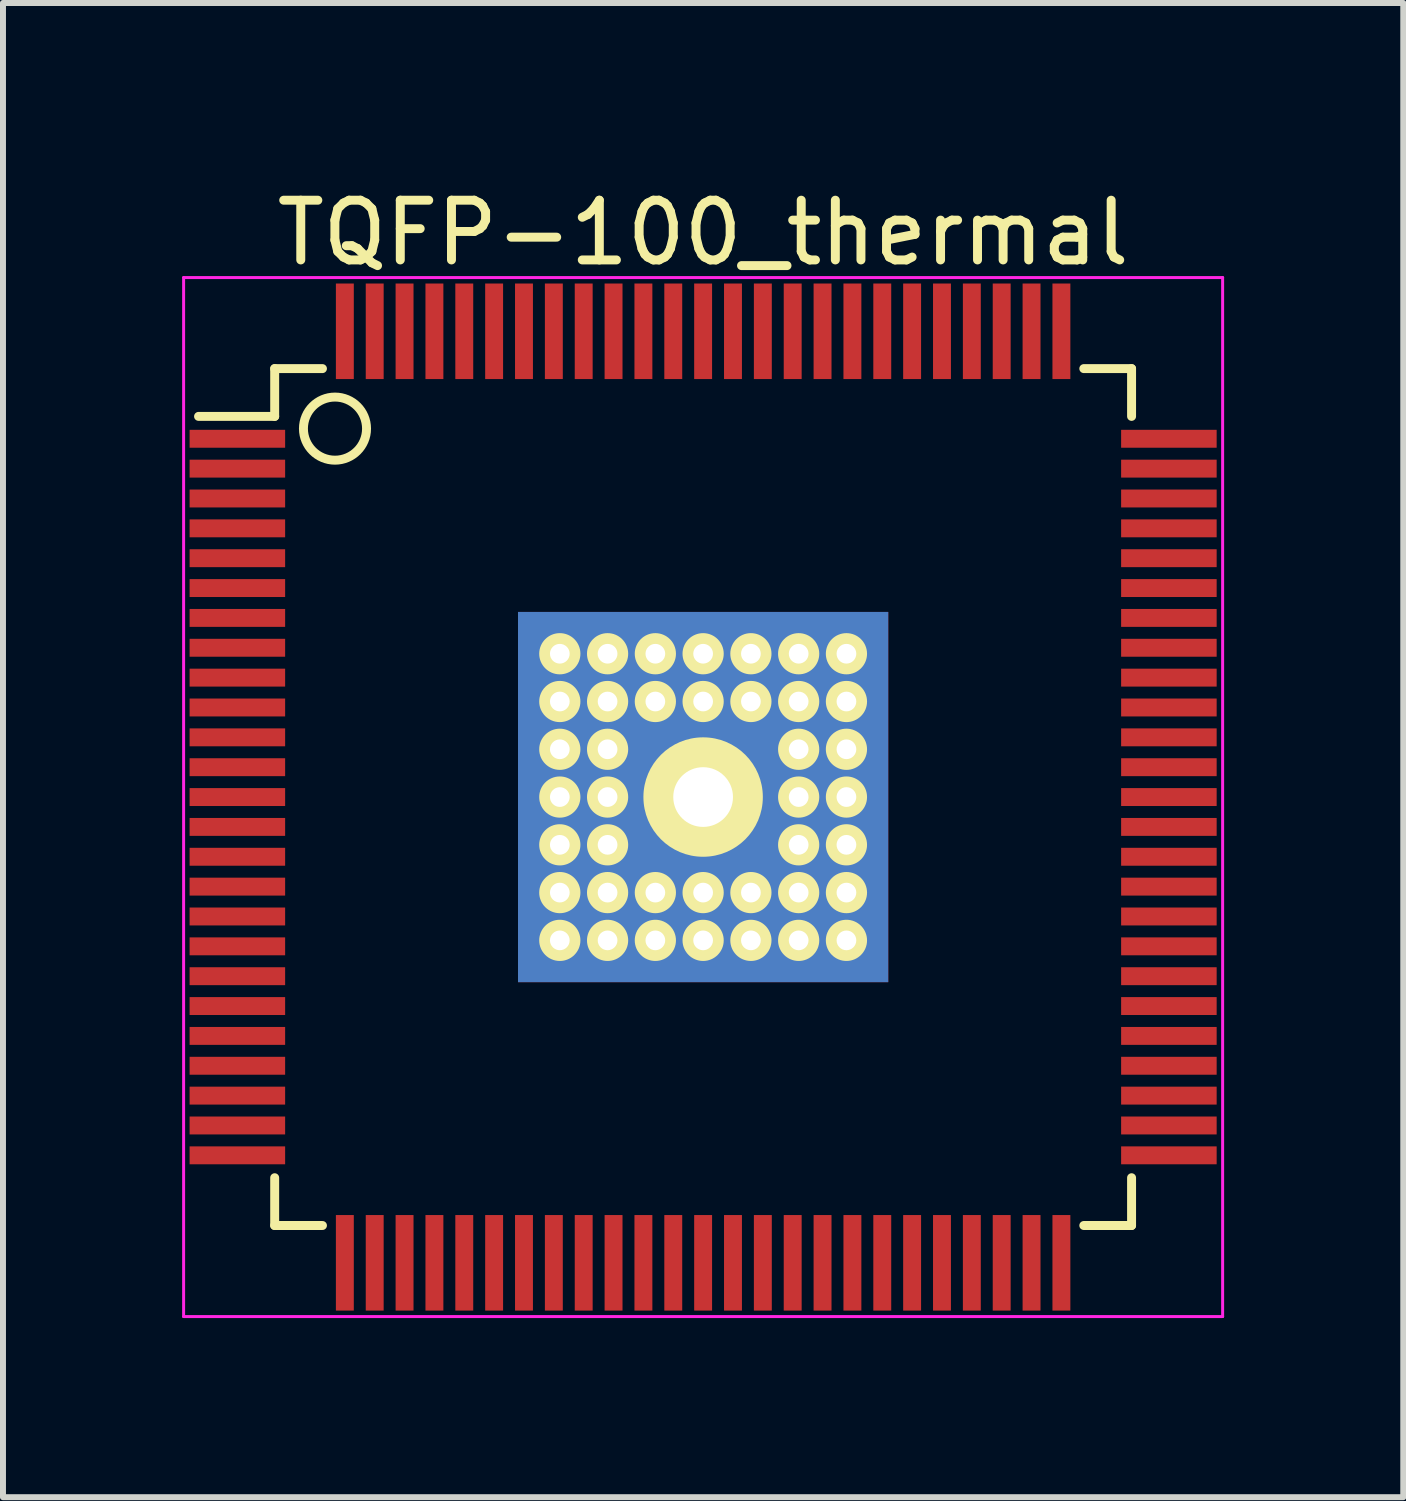
<source format=kicad_pcb>
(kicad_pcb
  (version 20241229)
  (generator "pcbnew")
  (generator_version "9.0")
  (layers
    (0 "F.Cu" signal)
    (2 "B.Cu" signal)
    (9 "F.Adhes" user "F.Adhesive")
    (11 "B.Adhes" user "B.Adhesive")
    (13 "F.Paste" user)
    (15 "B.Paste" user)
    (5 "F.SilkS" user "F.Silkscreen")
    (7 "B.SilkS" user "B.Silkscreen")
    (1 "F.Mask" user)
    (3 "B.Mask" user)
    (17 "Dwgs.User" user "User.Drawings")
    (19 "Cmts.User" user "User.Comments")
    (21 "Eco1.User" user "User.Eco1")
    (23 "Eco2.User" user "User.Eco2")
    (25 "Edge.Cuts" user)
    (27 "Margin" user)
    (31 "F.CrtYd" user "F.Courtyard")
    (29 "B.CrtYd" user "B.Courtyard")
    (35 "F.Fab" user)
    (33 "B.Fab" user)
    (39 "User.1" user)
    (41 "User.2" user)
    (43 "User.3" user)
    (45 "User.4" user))
  (footprint "TQFP-100_thermal"
    (layer "F.Cu")
    (at 8.725 10.298)
    (property "Reference" "TQFP-100_thermal" (at 0 -9.45 0) (layer "F.SilkS") (effects (font (size 1 1) (thickness 0.15))))
    (attr smd)
    (fp_line (start -7.175 -7.175) (end -7.175 -6.375) (stroke (width 0.15) (type solid)) (layer "F.SilkS"))
    (fp_line (start -7.175 -7.175) (end -6.375 -7.175) (stroke (width 0.15) (type solid)) (layer "F.SilkS"))
    (fp_line (start -7.175 -6.375) (end -8.45 -6.375) (stroke (width 0.15) (type solid)) (layer "F.SilkS"))
    (fp_line (start -7.175 7.175) (end -7.175 6.375) (stroke (width 0.15) (type solid)) (layer "F.SilkS"))
    (fp_line (start -7.175 7.175) (end -6.375 7.175) (stroke (width 0.15) (type solid)) (layer "F.SilkS"))
    (fp_line (start 7.175 -7.175) (end 6.375 -7.175) (stroke (width 0.15) (type solid)) (layer "F.SilkS"))
    (fp_line (start 7.175 -7.175) (end 7.175 -6.375) (stroke (width 0.15) (type solid)) (layer "F.SilkS"))
    (fp_line (start 7.175 7.175) (end 6.375 7.175) (stroke (width 0.15) (type solid)) (layer "F.SilkS"))
    (fp_line (start 7.175 7.175) (end 7.175 6.375) (stroke (width 0.15) (type solid)) (layer "F.SilkS"))
    (fp_circle (center -6.165 -6.17) (end -5.822 -5.768) (stroke (width 0.15) (type solid)) (fill no) (layer "F.SilkS"))
    (fp_line (start -8.7 -8.7) (end -8.7 8.7) (stroke (width 0.05) (type solid)) (layer "F.CrtYd"))
    (fp_line (start -8.7 -8.7) (end 8.7 -8.7) (stroke (width 0.05) (type solid)) (layer "F.CrtYd"))
    (fp_line (start -8.7 8.7) (end 8.7 8.7) (stroke (width 0.05) (type solid)) (layer "F.CrtYd"))
    (fp_line (start 8.7 -8.7) (end 8.7 8.7) (stroke (width 0.05) (type solid)) (layer "F.CrtYd"))
    (pad "1" smd rect (at -7.8 -6) (size 1.6 0.3) (layers "F.Cu" "F.Mask" "F.Paste"))
    (pad "2" smd rect (at -7.8 -5.5) (size 1.6 0.3) (layers "F.Cu" "F.Mask" "F.Paste"))
    (pad "3" smd rect (at -7.8 -5) (size 1.6 0.3) (layers "F.Cu" "F.Mask" "F.Paste"))
    (pad "4" smd rect (at -7.8 -4.5) (size 1.6 0.3) (layers "F.Cu" "F.Mask" "F.Paste"))
    (pad "5" smd rect (at -7.8 -4) (size 1.6 0.3) (layers "F.Cu" "F.Mask" "F.Paste"))
    (pad "6" smd rect (at -7.8 -3.5) (size 1.6 0.3) (layers "F.Cu" "F.Mask" "F.Paste"))
    (pad "7" smd rect (at -7.8 -3) (size 1.6 0.3) (layers "F.Cu" "F.Mask" "F.Paste"))
    (pad "8" smd rect (at -7.8 -2.5) (size 1.6 0.3) (layers "F.Cu" "F.Mask" "F.Paste"))
    (pad "9" smd rect (at -7.8 -2) (size 1.6 0.3) (layers "F.Cu" "F.Mask" "F.Paste"))
    (pad "10" smd rect (at -7.8 -1.5) (size 1.6 0.3) (layers "F.Cu" "F.Mask" "F.Paste"))
    (pad "11" smd rect (at -7.8 -1) (size 1.6 0.3) (layers "F.Cu" "F.Mask" "F.Paste"))
    (pad "12" smd rect (at -7.8 -0.5) (size 1.6 0.3) (layers "F.Cu" "F.Mask" "F.Paste"))
    (pad "13" smd rect (at -7.8 0) (size 1.6 0.3) (layers "F.Cu" "F.Mask" "F.Paste"))
    (pad "14" smd rect (at -7.8 0.5) (size 1.6 0.3) (layers "F.Cu" "F.Mask" "F.Paste"))
    (pad "15" smd rect (at -7.8 1) (size 1.6 0.3) (layers "F.Cu" "F.Mask" "F.Paste"))
    (pad "16" smd rect (at -7.8 1.5) (size 1.6 0.3) (layers "F.Cu" "F.Mask" "F.Paste"))
    (pad "17" smd rect (at -7.8 2) (size 1.6 0.3) (layers "F.Cu" "F.Mask" "F.Paste"))
    (pad "18" smd rect (at -7.8 2.5) (size 1.6 0.3) (layers "F.Cu" "F.Mask" "F.Paste"))
    (pad "19" smd rect (at -7.8 3) (size 1.6 0.3) (layers "F.Cu" "F.Mask" "F.Paste"))
    (pad "20" smd rect (at -7.8 3.5) (size 1.6 0.3) (layers "F.Cu" "F.Mask" "F.Paste"))
    (pad "21" smd rect (at -7.8 4) (size 1.6 0.3) (layers "F.Cu" "F.Mask" "F.Paste"))
    (pad "22" smd rect (at -7.8 4.5) (size 1.6 0.3) (layers "F.Cu" "F.Mask" "F.Paste"))
    (pad "23" smd rect (at -7.8 5) (size 1.6 0.3) (layers "F.Cu" "F.Mask" "F.Paste"))
    (pad "24" smd rect (at -7.8 5.5) (size 1.6 0.3) (layers "F.Cu" "F.Mask" "F.Paste"))
    (pad "25" smd rect (at -7.8 6) (size 1.6 0.3) (layers "F.Cu" "F.Mask" "F.Paste"))
    (pad "26" smd rect (at -6 7.8 90) (size 1.6 0.3) (layers "F.Cu" "F.Mask" "F.Paste"))
    (pad "27" smd rect (at -5.5 7.8 90) (size 1.6 0.3) (layers "F.Cu" "F.Mask" "F.Paste"))
    (pad "28" smd rect (at -5 7.8 90) (size 1.6 0.3) (layers "F.Cu" "F.Mask" "F.Paste"))
    (pad "29" smd rect (at -4.5 7.8 90) (size 1.6 0.3) (layers "F.Cu" "F.Mask" "F.Paste"))
    (pad "30" smd rect (at -4 7.8 90) (size 1.6 0.3) (layers "F.Cu" "F.Mask" "F.Paste"))
    (pad "31" smd rect (at -3.5 7.8 90) (size 1.6 0.3) (layers "F.Cu" "F.Mask" "F.Paste"))
    (pad "32" smd rect (at -3 7.8 90) (size 1.6 0.3) (layers "F.Cu" "F.Mask" "F.Paste"))
    (pad "33" smd rect (at -2.5 7.8 90) (size 1.6 0.3) (layers "F.Cu" "F.Mask" "F.Paste"))
    (pad "34" smd rect (at -2 7.8 90) (size 1.6 0.3) (layers "F.Cu" "F.Mask" "F.Paste"))
    (pad "35" smd rect (at -1.5 7.8 90) (size 1.6 0.3) (layers "F.Cu" "F.Mask" "F.Paste"))
    (pad "36" smd rect (at -1 7.8 90) (size 1.6 0.3) (layers "F.Cu" "F.Mask" "F.Paste"))
    (pad "37" smd rect (at -0.5 7.8 90) (size 1.6 0.3) (layers "F.Cu" "F.Mask" "F.Paste"))
    (pad "38" smd rect (at 0 7.8 90) (size 1.6 0.3) (layers "F.Cu" "F.Mask" "F.Paste"))
    (pad "39" smd rect (at 0.5 7.8 90) (size 1.6 0.3) (layers "F.Cu" "F.Mask" "F.Paste"))
    (pad "40" thru_hole circle (at -2.4 -2.4) (size 0.69 0.69) (drill 0.33) (layers "*.Cu" "*.Mask" "F.SilkS"))
    (pad "40" thru_hole circle (at -2.4 -1.6) (size 0.69 0.69) (drill 0.33) (layers "*.Cu" "*.Mask" "F.SilkS"))
    (pad "40" thru_hole circle (at -2.4 -0.8) (size 0.69 0.69) (drill 0.33) (layers "*.Cu" "*.Mask" "F.SilkS"))
    (pad "40" thru_hole circle (at -2.4 0) (size 0.69 0.69) (drill 0.33) (layers "*.Cu" "*.Mask" "F.SilkS"))
    (pad "40" thru_hole circle (at -2.4 0.8) (size 0.69 0.69) (drill 0.33) (layers "*.Cu" "*.Mask" "F.SilkS"))
    (pad "40" thru_hole circle (at -2.4 1.6) (size 0.69 0.69) (drill 0.33) (layers "*.Cu" "*.Mask" "F.SilkS"))
    (pad "40" thru_hole circle (at -2.4 2.4) (size 0.69 0.69) (drill 0.33) (layers "*.Cu" "*.Mask" "F.SilkS"))
    (pad "40" thru_hole circle (at -1.6 -2.4) (size 0.69 0.69) (drill 0.33) (layers "*.Cu" "*.Mask" "F.SilkS"))
    (pad "40" thru_hole circle (at -1.6 -1.6) (size 0.69 0.69) (drill 0.33) (layers "*.Cu" "*.Mask" "F.SilkS"))
    (pad "40" thru_hole circle (at -1.6 -0.8) (size 0.69 0.69) (drill 0.33) (layers "*.Cu" "*.Mask" "F.SilkS"))
    (pad "40" thru_hole circle (at -1.6 0) (size 0.69 0.69) (drill 0.33) (layers "*.Cu" "*.Mask" "F.SilkS"))
    (pad "40" thru_hole circle (at -1.6 0.8) (size 0.69 0.69) (drill 0.33) (layers "*.Cu" "*.Mask" "F.SilkS"))
    (pad "40" thru_hole circle (at -1.6 1.6) (size 0.69 0.69) (drill 0.33) (layers "*.Cu" "*.Mask" "F.SilkS"))
    (pad "40" thru_hole circle (at -1.6 2.4) (size 0.69 0.69) (drill 0.33) (layers "*.Cu" "*.Mask" "F.SilkS"))
    (pad "40" thru_hole circle (at -0.8 -2.4) (size 0.69 0.69) (drill 0.33) (layers "*.Cu" "*.Mask" "F.SilkS"))
    (pad "40" thru_hole circle (at -0.8 -1.6) (size 0.69 0.69) (drill 0.33) (layers "*.Cu" "*.Mask" "F.SilkS"))
    (pad "40" thru_hole circle (at -0.8 1.6) (size 0.69 0.69) (drill 0.33) (layers "*.Cu" "*.Mask" "F.SilkS"))
    (pad "40" thru_hole circle (at -0.8 2.4) (size 0.69 0.69) (drill 0.33) (layers "*.Cu" "*.Mask" "F.SilkS"))
    (pad "40" thru_hole circle (at 0 -2.4) (size 0.69 0.69) (drill 0.33) (layers "*.Cu" "*.Mask" "F.SilkS"))
    (pad "40" thru_hole circle (at 0 -1.6) (size 0.69 0.69) (drill 0.33) (layers "*.Cu" "*.Mask" "F.SilkS"))
    (pad "40" thru_hole circle (at 0 0) (size 2 2) (drill 1) (layers "*.Cu" "*.Mask" "F.SilkS"))
    (pad "40" smd rect (at 0 0) (size 6.2 6.2) (layers "*.Cu" "F.Mask" "F.Paste"))
    (pad "40" thru_hole circle (at 0 1.6) (size 0.69 0.69) (drill 0.33) (layers "*.Cu" "*.Mask" "F.SilkS"))
    (pad "40" thru_hole circle (at 0 2.4) (size 0.69 0.69) (drill 0.33) (layers "*.Cu" "*.Mask" "F.SilkS"))
    (pad "40" thru_hole circle (at 0.8 -2.4) (size 0.69 0.69) (drill 0.33) (layers "*.Cu" "*.Mask" "F.SilkS"))
    (pad "40" thru_hole circle (at 0.8 -1.6) (size 0.69 0.69) (drill 0.33) (layers "*.Cu" "*.Mask" "F.SilkS"))
    (pad "40" thru_hole circle (at 0.8 1.6) (size 0.69 0.69) (drill 0.33) (layers "*.Cu" "*.Mask" "F.SilkS"))
    (pad "40" thru_hole circle (at 0.8 2.4) (size 0.69 0.69) (drill 0.33) (layers "*.Cu" "*.Mask" "F.SilkS"))
    (pad "40" smd rect (at 1 7.8 90) (size 1.6 0.3) (layers "F.Cu" "F.Mask" "F.Paste"))
    (pad "40" thru_hole circle (at 1.6 -2.4) (size 0.69 0.69) (drill 0.33) (layers "*.Cu" "*.Mask" "F.SilkS"))
    (pad "40" thru_hole circle (at 1.6 -1.6) (size 0.69 0.69) (drill 0.33) (layers "*.Cu" "*.Mask" "F.SilkS"))
    (pad "40" thru_hole circle (at 1.6 -0.8) (size 0.69 0.69) (drill 0.33) (layers "*.Cu" "*.Mask" "F.SilkS"))
    (pad "40" thru_hole circle (at 1.6 0) (size 0.69 0.69) (drill 0.33) (layers "*.Cu" "*.Mask" "F.SilkS"))
    (pad "40" thru_hole circle (at 1.6 0.8) (size 0.69 0.69) (drill 0.33) (layers "*.Cu" "*.Mask" "F.SilkS"))
    (pad "40" thru_hole circle (at 1.6 1.6) (size 0.69 0.69) (drill 0.33) (layers "*.Cu" "*.Mask" "F.SilkS"))
    (pad "40" thru_hole circle (at 1.6 2.4) (size 0.69 0.69) (drill 0.33) (layers "*.Cu" "*.Mask" "F.SilkS"))
    (pad "40" thru_hole circle (at 2.4 -2.4) (size 0.69 0.69) (drill 0.33) (layers "*.Cu" "*.Mask" "F.SilkS"))
    (pad "40" thru_hole circle (at 2.4 -1.6) (size 0.69 0.69) (drill 0.33) (layers "*.Cu" "*.Mask" "F.SilkS"))
    (pad "40" thru_hole circle (at 2.4 -0.8) (size 0.69 0.69) (drill 0.33) (layers "*.Cu" "*.Mask" "F.SilkS"))
    (pad "40" thru_hole circle (at 2.4 0) (size 0.69 0.69) (drill 0.33) (layers "*.Cu" "*.Mask" "F.SilkS"))
    (pad "40" thru_hole circle (at 2.4 0.8) (size 0.69 0.69) (drill 0.33) (layers "*.Cu" "*.Mask" "F.SilkS"))
    (pad "40" thru_hole circle (at 2.4 1.6) (size 0.69 0.69) (drill 0.33) (layers "*.Cu" "*.Mask" "F.SilkS"))
    (pad "40" thru_hole circle (at 2.4 2.4) (size 0.69 0.69) (drill 0.33) (layers "*.Cu" "*.Mask" "F.SilkS"))
    (pad "41" smd rect (at 1.5 7.8 90) (size 1.6 0.3) (layers "F.Cu" "F.Mask" "F.Paste"))
    (pad "42" smd rect (at 2 7.8 90) (size 1.6 0.3) (layers "F.Cu" "F.Mask" "F.Paste"))
    (pad "43" smd rect (at 2.5 7.8 90) (size 1.6 0.3) (layers "F.Cu" "F.Mask" "F.Paste"))
    (pad "44" smd rect (at 3 7.8 90) (size 1.6 0.3) (layers "F.Cu" "F.Mask" "F.Paste"))
    (pad "45" smd rect (at 3.5 7.8 90) (size 1.6 0.3) (layers "F.Cu" "F.Mask" "F.Paste"))
    (pad "46" smd rect (at 4 7.8 90) (size 1.6 0.3) (layers "F.Cu" "F.Mask" "F.Paste"))
    (pad "47" smd rect (at 4.5 7.8 90) (size 1.6 0.3) (layers "F.Cu" "F.Mask" "F.Paste"))
    (pad "48" smd rect (at 5 7.8 90) (size 1.6 0.3) (layers "F.Cu" "F.Mask" "F.Paste"))
    (pad "49" smd rect (at 5.5 7.8 90) (size 1.6 0.3) (layers "F.Cu" "F.Mask" "F.Paste"))
    (pad "50" smd rect (at 6 7.8 90) (size 1.6 0.3) (layers "F.Cu" "F.Mask" "F.Paste"))
    (pad "51" smd rect (at 7.8 6) (size 1.6 0.3) (layers "F.Cu" "F.Mask" "F.Paste"))
    (pad "52" smd rect (at 7.8 5.5) (size 1.6 0.3) (layers "F.Cu" "F.Mask" "F.Paste"))
    (pad "53" smd rect (at 7.8 5) (size 1.6 0.3) (layers "F.Cu" "F.Mask" "F.Paste"))
    (pad "54" smd rect (at 7.8 4.5) (size 1.6 0.3) (layers "F.Cu" "F.Mask" "F.Paste"))
    (pad "55" smd rect (at 7.8 4) (size 1.6 0.3) (layers "F.Cu" "F.Mask" "F.Paste"))
    (pad "56" smd rect (at 7.8 3.5) (size 1.6 0.3) (layers "F.Cu" "F.Mask" "F.Paste"))
    (pad "57" smd rect (at 7.8 3) (size 1.6 0.3) (layers "F.Cu" "F.Mask" "F.Paste"))
    (pad "58" smd rect (at 7.8 2.5) (size 1.6 0.3) (layers "F.Cu" "F.Mask" "F.Paste"))
    (pad "59" smd rect (at 7.8 2) (size 1.6 0.3) (layers "F.Cu" "F.Mask" "F.Paste"))
    (pad "60" smd rect (at 7.8 1.5) (size 1.6 0.3) (layers "F.Cu" "F.Mask" "F.Paste"))
    (pad "61" smd rect (at 7.8 1) (size 1.6 0.3) (layers "F.Cu" "F.Mask" "F.Paste"))
    (pad "62" smd rect (at 7.8 0.5) (size 1.6 0.3) (layers "F.Cu" "F.Mask" "F.Paste"))
    (pad "63" smd rect (at 7.8 0) (size 1.6 0.3) (layers "F.Cu" "F.Mask" "F.Paste"))
    (pad "64" smd rect (at 7.8 -0.5) (size 1.6 0.3) (layers "F.Cu" "F.Mask" "F.Paste"))
    (pad "65" smd rect (at 7.8 -1) (size 1.6 0.3) (layers "F.Cu" "F.Mask" "F.Paste"))
    (pad "66" smd rect (at 7.8 -1.5) (size 1.6 0.3) (layers "F.Cu" "F.Mask" "F.Paste"))
    (pad "67" smd rect (at 7.8 -2) (size 1.6 0.3) (layers "F.Cu" "F.Mask" "F.Paste"))
    (pad "68" smd rect (at 7.8 -2.5) (size 1.6 0.3) (layers "F.Cu" "F.Mask" "F.Paste"))
    (pad "69" smd rect (at 7.8 -3) (size 1.6 0.3) (layers "F.Cu" "F.Mask" "F.Paste"))
    (pad "70" smd rect (at 7.8 -3.5) (size 1.6 0.3) (layers "F.Cu" "F.Mask" "F.Paste"))
    (pad "71" smd rect (at 7.8 -4) (size 1.6 0.3) (layers "F.Cu" "F.Mask" "F.Paste"))
    (pad "72" smd rect (at 7.8 -4.5) (size 1.6 0.3) (layers "F.Cu" "F.Mask" "F.Paste"))
    (pad "73" smd rect (at 7.8 -5) (size 1.6 0.3) (layers "F.Cu" "F.Mask" "F.Paste"))
    (pad "74" smd rect (at 7.8 -5.5) (size 1.6 0.3) (layers "F.Cu" "F.Mask" "F.Paste"))
    (pad "75" smd rect (at 7.8 -6) (size 1.6 0.3) (layers "F.Cu" "F.Mask" "F.Paste"))
    (pad "76" smd rect (at 6 -7.8 90) (size 1.6 0.3) (layers "F.Cu" "F.Mask" "F.Paste"))
    (pad "77" smd rect (at 5.5 -7.8 90) (size 1.6 0.3) (layers "F.Cu" "F.Mask" "F.Paste"))
    (pad "78" smd rect (at 5 -7.8 90) (size 1.6 0.3) (layers "F.Cu" "F.Mask" "F.Paste"))
    (pad "79" smd rect (at 4.5 -7.8 90) (size 1.6 0.3) (layers "F.Cu" "F.Mask" "F.Paste"))
    (pad "80" smd rect (at 4 -7.8 90) (size 1.6 0.3) (layers "F.Cu" "F.Mask" "F.Paste"))
    (pad "81" smd rect (at 3.5 -7.8 90) (size 1.6 0.3) (layers "F.Cu" "F.Mask" "F.Paste"))
    (pad "82" smd rect (at 3 -7.8 90) (size 1.6 0.3) (layers "F.Cu" "F.Mask" "F.Paste"))
    (pad "83" smd rect (at 2.5 -7.8 90) (size 1.6 0.3) (layers "F.Cu" "F.Mask" "F.Paste"))
    (pad "84" smd rect (at 2 -7.8 90) (size 1.6 0.3) (layers "F.Cu" "F.Mask" "F.Paste"))
    (pad "85" smd rect (at 1.5 -7.8 90) (size 1.6 0.3) (layers "F.Cu" "F.Mask" "F.Paste"))
    (pad "86" smd rect (at 1 -7.8 90) (size 1.6 0.3) (layers "F.Cu" "F.Mask" "F.Paste"))
    (pad "87" smd rect (at 0.5 -7.8 90) (size 1.6 0.3) (layers "F.Cu" "F.Mask" "F.Paste"))
    (pad "88" smd rect (at 0 -7.8 90) (size 1.6 0.3) (layers "F.Cu" "F.Mask" "F.Paste"))
    (pad "89" smd rect (at -0.5 -7.8 90) (size 1.6 0.3) (layers "F.Cu" "F.Mask" "F.Paste"))
    (pad "90" smd rect (at -1 -7.8 90) (size 1.6 0.3) (layers "F.Cu" "F.Mask" "F.Paste"))
    (pad "91" smd rect (at -1.5 -7.8 90) (size 1.6 0.3) (layers "F.Cu" "F.Mask" "F.Paste"))
    (pad "92" smd rect (at -2 -7.8 90) (size 1.6 0.3) (layers "F.Cu" "F.Mask" "F.Paste"))
    (pad "93" smd rect (at -2.5 -7.8 90) (size 1.6 0.3) (layers "F.Cu" "F.Mask" "F.Paste"))
    (pad "94" smd rect (at -3 -7.8 90) (size 1.6 0.3) (layers "F.Cu" "F.Mask" "F.Paste"))
    (pad "95" smd rect (at -3.5 -7.8 90) (size 1.6 0.3) (layers "F.Cu" "F.Mask" "F.Paste"))
    (pad "96" smd rect (at -4 -7.8 90) (size 1.6 0.3) (layers "F.Cu" "F.Mask" "F.Paste"))
    (pad "97" smd rect (at -4.5 -7.8 90) (size 1.6 0.3) (layers "F.Cu" "F.Mask" "F.Paste"))
    (pad "98" smd rect (at -5 -7.8 90) (size 1.6 0.3) (layers "F.Cu" "F.Mask" "F.Paste"))
    (pad "99" smd rect (at -5.5 -7.8 90) (size 1.6 0.3) (layers "F.Cu" "F.Mask" "F.Paste"))
    (pad "100" smd rect (at -6 -7.8 90) (size 1.6 0.3) (layers "F.Cu" "F.Mask" "F.Paste")))
  (gr_rect
    (start -3 -3)
    (end 20.45 22.023)
    (stroke (width 0.1) (type default))
    (fill no)
    (layer "Edge.Cuts")))
</source>
